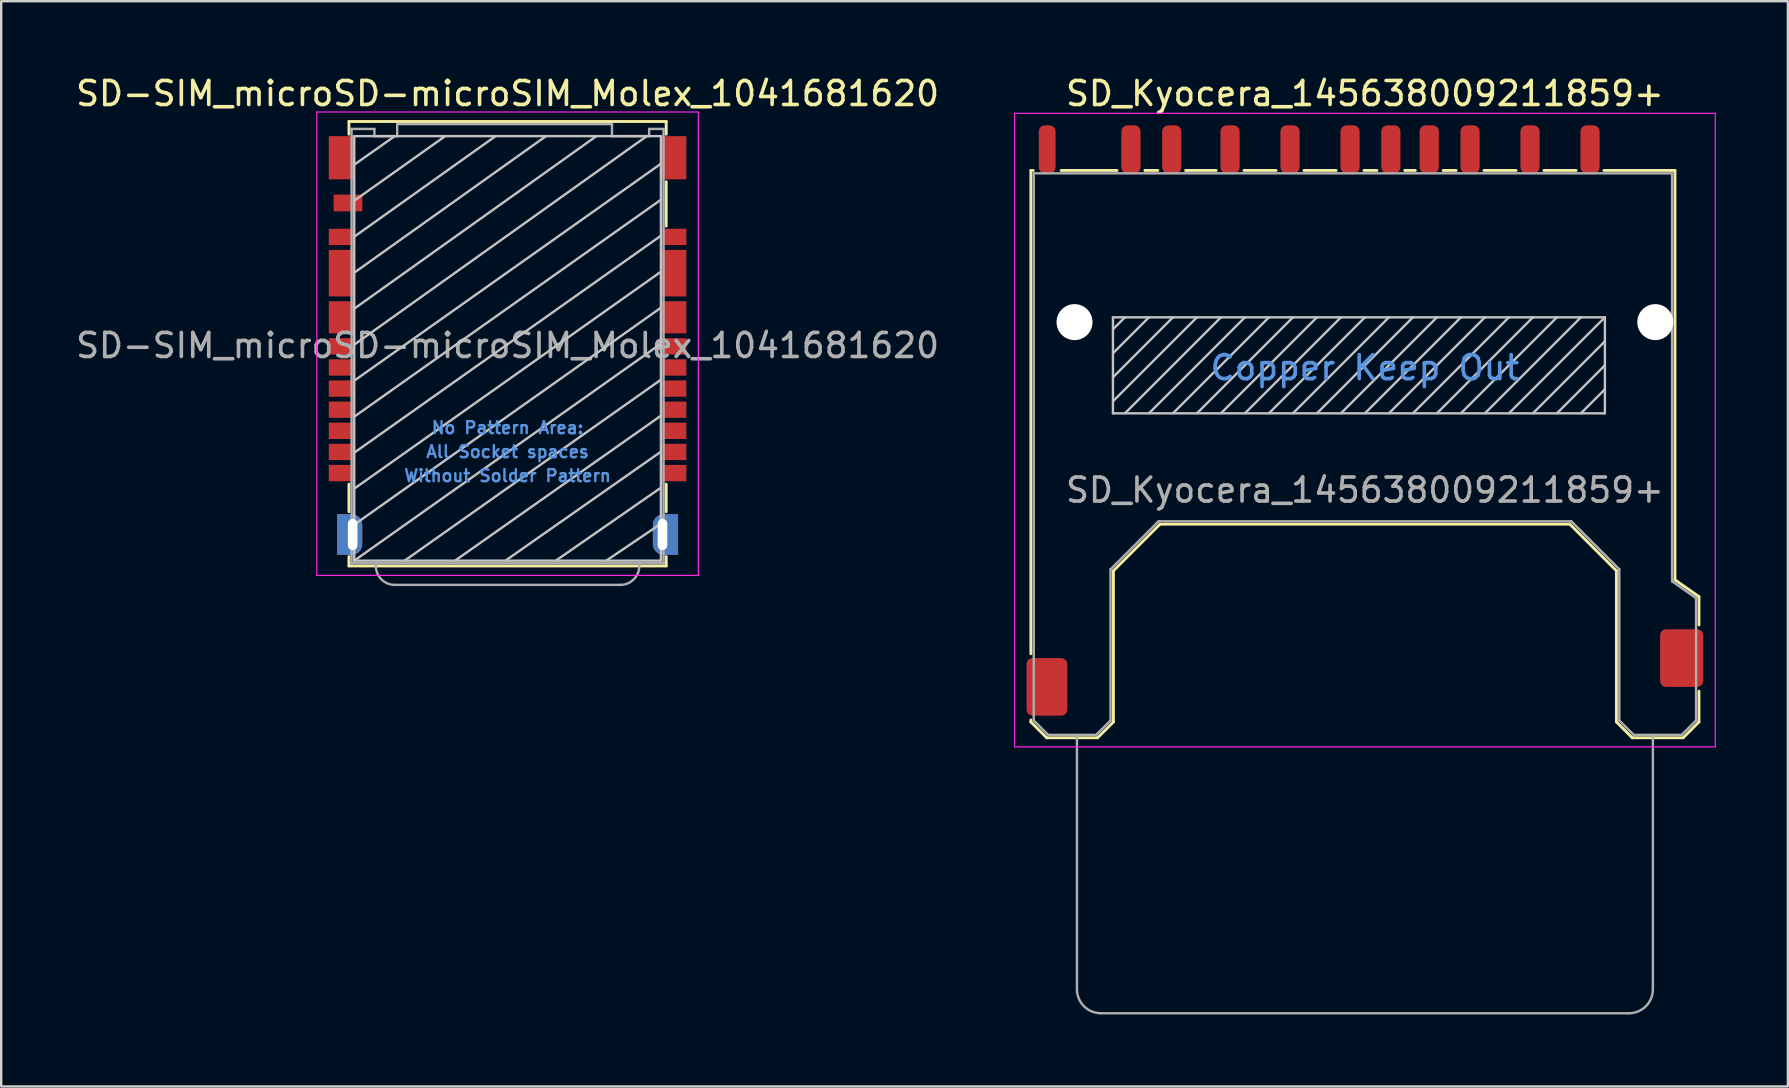
<source format=kicad_pcb>
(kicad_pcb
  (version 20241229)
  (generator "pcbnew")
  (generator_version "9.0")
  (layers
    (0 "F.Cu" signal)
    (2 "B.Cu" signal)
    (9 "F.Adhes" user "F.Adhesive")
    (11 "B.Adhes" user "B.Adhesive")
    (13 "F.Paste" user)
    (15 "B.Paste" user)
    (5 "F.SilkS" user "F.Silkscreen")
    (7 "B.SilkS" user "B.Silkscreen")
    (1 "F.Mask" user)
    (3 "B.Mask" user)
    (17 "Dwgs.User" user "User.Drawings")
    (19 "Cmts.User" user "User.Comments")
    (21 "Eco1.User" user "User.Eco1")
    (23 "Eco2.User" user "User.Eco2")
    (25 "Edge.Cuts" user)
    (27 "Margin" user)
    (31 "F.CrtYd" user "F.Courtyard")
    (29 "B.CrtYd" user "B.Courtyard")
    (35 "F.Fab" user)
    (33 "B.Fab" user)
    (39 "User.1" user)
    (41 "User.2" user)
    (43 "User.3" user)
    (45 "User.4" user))
  (footprint "SD-SIM_microSD-microSIM_Molex_1041681620"
    (layer "F.Cu")
    (at 18.101 11.348)
    (property "Reference" "SD-SIM_microSD-microSIM_Molex_1041681620" (at 0 -10.5 0) (layer "F.SilkS") (effects (font (size 1 1) (thickness 0.15))))
    (attr smd)
    (fp_line (start -6.61 -9.335) (end 6.61 -9.335) (stroke (width 0.12) (type solid)) (layer "F.SilkS"))
    (fp_line (start -6.61 -8.805) (end -6.61 -9.335) (stroke (width 0.12) (type solid)) (layer "F.SilkS"))
    (fp_line (start -6.61 5.775) (end -6.61 6.925) (stroke (width 0.12) (type solid)) (layer "F.SilkS"))
    (fp_line (start -6.61 8.795) (end -6.61 9.185) (stroke (width 0.12) (type solid)) (layer "F.SilkS"))
    (fp_line (start -6.61 9.185) (end 6.61 9.185) (stroke (width 0.12) (type solid)) (layer "F.SilkS"))
    (fp_line (start 6.61 -8.805) (end 6.61 -9.335) (stroke (width 0.12) (type solid)) (layer "F.SilkS"))
    (fp_line (start 6.61 -6.825) (end 6.61 -4.975) (stroke (width 0.12) (type solid)) (layer "F.SilkS"))
    (fp_line (start 6.61 5.775) (end 6.61 6.925) (stroke (width 0.12) (type solid)) (layer "F.SilkS"))
    (fp_line (start 6.61 8.795) (end 6.61 9.185) (stroke (width 0.12) (type solid)) (layer "F.SilkS"))
    (fp_line (start -6.39 -8.725) (end -6.39 8.965) (stroke (width 0.1) (type solid)) (layer "Dwgs.User"))
    (fp_line (start -6.39 -8.725) (end 6.39 -8.725) (stroke (width 0.1) (type solid)) (layer "Dwgs.User"))
    (fp_line (start -6.39 -7.535) (end -4.7 -8.725) (stroke (width 0.1) (type solid)) (layer "Dwgs.User"))
    (fp_line (start -6.39 -6.035) (end -2.6 -8.725) (stroke (width 0.1) (type solid)) (layer "Dwgs.User"))
    (fp_line (start -6.39 -4.535) (end -0.5 -8.725) (stroke (width 0.1) (type solid)) (layer "Dwgs.User"))
    (fp_line (start -6.39 -3.035) (end 1.6 -8.725) (stroke (width 0.1) (type solid)) (layer "Dwgs.User"))
    (fp_line (start -6.39 -1.535) (end 3.7 -8.725) (stroke (width 0.1) (type solid)) (layer "Dwgs.User"))
    (fp_line (start -6.39 -0.035) (end 5.8 -8.725) (stroke (width 0.1) (type solid)) (layer "Dwgs.User"))
    (fp_line (start -6.39 1.465) (end 6.39 -7.575) (stroke (width 0.1) (type solid)) (layer "Dwgs.User"))
    (fp_line (start -6.39 2.965) (end 6.39 -6.075) (stroke (width 0.1) (type solid)) (layer "Dwgs.User"))
    (fp_line (start -6.39 4.465) (end 6.39 -4.575) (stroke (width 0.1) (type solid)) (layer "Dwgs.User"))
    (fp_line (start -6.39 5.965) (end 6.39 -3.075) (stroke (width 0.1) (type solid)) (layer "Dwgs.User"))
    (fp_line (start -6.39 7.465) (end 6.39 -1.575) (stroke (width 0.1) (type solid)) (layer "Dwgs.User"))
    (fp_line (start -6.39 8.965) (end 6.39 -0.075) (stroke (width 0.1) (type solid)) (layer "Dwgs.User"))
    (fp_line (start -6.39 8.965) (end 6.39 8.965) (stroke (width 0.1) (type solid)) (layer "Dwgs.User"))
    (fp_line (start -4.29 8.965) (end 6.39 1.425) (stroke (width 0.1) (type solid)) (layer "Dwgs.User"))
    (fp_line (start -2.19 8.965) (end 6.39 2.925) (stroke (width 0.1) (type solid)) (layer "Dwgs.User"))
    (fp_line (start -0.09 8.965) (end 6.39 4.425) (stroke (width 0.1) (type solid)) (layer "Dwgs.User"))
    (fp_line (start 2.01 8.965) (end 6.39 5.925) (stroke (width 0.1) (type solid)) (layer "Dwgs.User"))
    (fp_line (start 4.11 8.965) (end 6.39 7.425) (stroke (width 0.1) (type solid)) (layer "Dwgs.User"))
    (fp_line (start 6.39 -8.725) (end 6.39 8.965) (stroke (width 0.1) (type solid)) (layer "Dwgs.User"))
    (fp_line (start -7.95 -9.73) (end -7.95 9.58) (stroke (width 0.05) (type solid)) (layer "F.CrtYd"))
    (fp_line (start -7.95 -9.73) (end 7.95 -9.73) (stroke (width 0.05) (type solid)) (layer "F.CrtYd"))
    (fp_line (start -7.95 9.58) (end 7.95 9.58) (stroke (width 0.05) (type solid)) (layer "F.CrtYd"))
    (fp_line (start 7.95 -9.73) (end 7.95 9.58) (stroke (width 0.05) (type solid)) (layer "F.CrtYd"))
    (fp_line (start -6.5 -9.025) (end -6.5 9.075) (stroke (width 0.1) (type solid)) (layer "F.Fab"))
    (fp_line (start -6.5 -9.025) (end -5.55 -9.025) (stroke (width 0.1) (type solid)) (layer "F.Fab"))
    (fp_line (start -6.5 9.075) (end 6.5 9.075) (stroke (width 0.1) (type solid)) (layer "F.Fab"))
    (fp_line (start -5.55 -9.025) (end -5.55 -8.725) (stroke (width 0.1) (type solid)) (layer "F.Fab"))
    (fp_line (start -5.55 -8.725) (end -4.6 -8.725) (stroke (width 0.1) (type solid)) (layer "F.Fab"))
    (fp_line (start -5.49 9.075) (end -5.49 9.185) (stroke (width 0.1) (type solid)) (layer "F.Fab"))
    (fp_line (start -4.7 9.975) (end 4.7 9.975) (stroke (width 0.1) (type solid)) (layer "F.Fab"))
    (fp_line (start -4.6 -9.225) (end -4.6 -8.725) (stroke (width 0.1) (type solid)) (layer "F.Fab"))
    (fp_line (start -4.6 -9.225) (end 4.35 -9.225) (stroke (width 0.1) (type solid)) (layer "F.Fab"))
    (fp_line (start 4.35 -9.225) (end 4.35 -8.725) (stroke (width 0.1) (type solid)) (layer "F.Fab"))
    (fp_line (start 4.35 -8.725) (end 5.9 -8.725) (stroke (width 0.1) (type solid)) (layer "F.Fab"))
    (fp_line (start 5.49 9.075) (end 5.49 9.185) (stroke (width 0.1) (type solid)) (layer "F.Fab"))
    (fp_line (start 5.9 -9.025) (end 5.9 -8.725) (stroke (width 0.1) (type solid)) (layer "F.Fab"))
    (fp_line (start 5.9 -9.025) (end 6.5 -9.025) (stroke (width 0.1) (type solid)) (layer "F.Fab"))
    (fp_line (start 6.5 -9.025) (end 6.5 9.075) (stroke (width 0.1) (type solid)) (layer "F.Fab"))
    (fp_arc (start -4.7 9.975) (mid -5.258614 9.743614) (end -5.49 9.185) (stroke (width 0.1) (type solid)) (layer "F.Fab"))
    (fp_arc (start 5.49 9.185) (mid 5.258614 9.743614) (end 4.7 9.975) (stroke (width 0.1) (type solid)) (layer "F.Fab"))
    (fp_text user "Without Solder Pattern" (at 0 5.425 0) (layer "Cmts.User") (effects (font (size 0.5 0.5) (thickness 0.1))))
    (fp_text user "No Pattern Area:" (at 0 3.425 0) (layer "Cmts.User") (effects (font (size 0.5 0.5) (thickness 0.1))))
    (fp_text user "All Socket spaces" (at 0 4.425 0) (layer "Cmts.User") (effects (font (size 0.5 0.5) (thickness 0.1))))
    (fp_text user "${REFERENCE}" (at 0 0 0) (layer "F.Fab") (effects (font (size 1 1) (thickness 0.15))))
    (pad "S1" smd rect (at 6.95 5.315) (size 1 0.68) (layers "F.Cu" "F.Mask" "F.Paste"))
    (pad "S2" smd rect (at 6.95 4.435) (size 1 0.68) (layers "F.Cu" "F.Mask" "F.Paste"))
    (pad "S3" smd rect (at -6.95 4.435) (size 1 0.68) (layers "F.Cu" "F.Mask" "F.Paste"))
    (pad "S4" smd rect (at -6.95 5.315) (size 1 0.68) (layers "F.Cu" "F.Mask" "F.Paste"))
    (pad "S5" smd rect (at 6.95 1.795) (size 1 0.68) (layers "F.Cu" "F.Mask" "F.Paste"))
    (pad "S6" smd rect (at 6.95 3.555) (size 1 0.68) (layers "F.Cu" "F.Mask" "F.Paste"))
    (pad "S7" smd rect (at -6.95 3.555) (size 1 0.68) (layers "F.Cu" "F.Mask" "F.Paste"))
    (pad "S8" smd rect (at -6.95 1.795) (size 1 0.68) (layers "F.Cu" "F.Mask" "F.Paste"))
    (pad "SH" smd rect (at -6.925 -7.825) (size 1.05 1.8) (layers "F.Cu" "F.Mask" "F.Paste"))
    (pad "SH" smd rect (at -6.925 -3.015) (size 1.05 1.94) (layers "F.Cu" "F.Mask" "F.Paste"))
    (pad "SH" smd rect (at -6.925 -1.175) (size 1.05 1.34) (layers "F.Cu" "F.Mask" "F.Paste"))
    (pad "SH" thru_hole custom (at -6.455 7.875) (size 0.5 1.4) (drill oval 0.4 1.3) (layers "*.Cu" "*.Mask") (options (anchor rect)) (primitives (gr_poly (pts (xy 0.4 -0.4) (xy 0 -0.4) (xy 0 -0.85) (xy -0.65 -0.85) (xy -0.65 0.85) (xy 0 0.85) (xy 0 0.4) (xy 0.4 0.4)) (width 0) (fill yes)) (gr_circle (center -0.05 0.4) (end 0.4 0.4) (width 0) (fill yes)) (gr_circle (center -0.05 -0.4) (end 0.4 -0.4) (width 0) (fill yes))))
    (pad "SH" thru_hole custom (at 6.455 7.875) (size 0.5 1.4) (drill oval 0.4 1.3) (layers "*.Cu" "*.Mask") (options (anchor rect)) (primitives (gr_poly (pts (xy -0.4 -0.4) (xy 0 -0.4) (xy 0 -0.85) (xy 0.65 -0.85) (xy 0.65 0.85) (xy 0 0.85) (xy 0 0.4) (xy -0.4 0.4)) (width 0) (fill yes)) (gr_circle (center 0.05 0.4) (end 0.5 0.4) (width 0) (fill yes)) (gr_circle (center 0.05 -0.4) (end 0.5 -0.4) (width 0) (fill yes))))
    (pad "SH" smd rect (at 6.925 -7.825) (size 1.05 1.8) (layers "F.Cu" "F.Mask" "F.Paste"))
    (pad "SH" smd rect (at 6.925 -3.015) (size 1.05 1.94) (layers "F.Cu" "F.Mask" "F.Paste"))
    (pad "SH" smd rect (at 6.925 -1.175) (size 1.05 1.34) (layers "F.Cu" "F.Mask" "F.Paste"))
    (pad "SW" smd rect (at -6.65 -5.94) (size 1.2 0.7) (layers "F.Cu" "F.Mask" "F.Paste"))
    (pad "T1" smd rect (at 6.95 -4.525) (size 1 0.68) (layers "F.Cu" "F.Mask" "F.Paste"))
    (pad "T2" smd rect (at 6.95 0.035) (size 1 0.68) (layers "F.Cu" "F.Mask" "F.Paste"))
    (pad "T3" smd rect (at 6.95 0.915) (size 1 0.68) (layers "F.Cu" "F.Mask" "F.Paste"))
    (pad "T4" smd rect (at 6.95 2.675) (size 1 0.68) (layers "F.Cu" "F.Mask" "F.Paste"))
    (pad "T5" smd rect (at -6.95 2.675) (size 1 0.68) (layers "F.Cu" "F.Mask" "F.Paste"))
    (pad "T6" smd rect (at -6.95 0.915) (size 1 0.68) (layers "F.Cu" "F.Mask" "F.Paste"))
    (pad "T7" smd rect (at -6.95 0.035) (size 1 0.68) (layers "F.Cu" "F.Mask" "F.Paste"))
    (pad "T8" smd rect (at -6.95 -4.525) (size 1 0.68) (layers "F.Cu" "F.Mask" "F.Paste")))
  (footprint "SD_Kyocera_145638009211859+"
    (layer "F.Cu")
    (at 53.827 16.088)
    (property "Reference" "SD_Kyocera_145638009211859+" (at 0 -15.24 180) (layer "F.SilkS") (effects (font (size 1 1) (thickness 0.15))))
    (attr smd)
    (fp_line (start -13.92 -12.035) (end -13.92 8.105) (stroke (width 0.12) (type solid)) (layer "F.SilkS"))
    (fp_line (start -13.92 10.865) (end -13.92 10.945) (stroke (width 0.12) (type solid)) (layer "F.SilkS"))
    (fp_line (start -13.82 -12.035) (end -13.92 -12.035) (stroke (width 0.12) (type solid)) (layer "F.SilkS"))
    (fp_line (start -13.26 11.605) (end -13.92 10.945) (stroke (width 0.12) (type solid)) (layer "F.SilkS"))
    (fp_line (start -13.26 11.605) (end -11.14 11.605) (stroke (width 0.12) (type solid)) (layer "F.SilkS"))
    (fp_line (start -10.48 10.945) (end -11.14 11.605) (stroke (width 0.12) (type solid)) (layer "F.SilkS"))
    (fp_line (start -10.48 10.945) (end -10.48 4.645) (stroke (width 0.12) (type solid)) (layer "F.SilkS"))
    (fp_line (start -10.33 -12.035) (end -12.66 -12.035) (stroke (width 0.12) (type solid)) (layer "F.SilkS"))
    (fp_line (start -8.63 -12.035) (end -9.17 -12.035) (stroke (width 0.12) (type solid)) (layer "F.SilkS"))
    (fp_line (start -8.54 2.705) (end -10.48 4.645) (stroke (width 0.12) (type solid)) (layer "F.SilkS"))
    (fp_line (start -8.54 2.705) (end 8.54 2.705) (stroke (width 0.12) (type solid)) (layer "F.SilkS"))
    (fp_line (start -6.2 -12.035) (end -7.47 -12.035) (stroke (width 0.12) (type solid)) (layer "F.SilkS"))
    (fp_line (start -3.7 -12.035) (end -5.04 -12.035) (stroke (width 0.12) (type solid)) (layer "F.SilkS"))
    (fp_line (start -1.2 -12.035) (end -2.54 -12.035) (stroke (width 0.12) (type solid)) (layer "F.SilkS"))
    (fp_line (start 0.5 -12.035) (end -0.04 -12.035) (stroke (width 0.12) (type solid)) (layer "F.SilkS"))
    (fp_line (start 2.1 -12.035) (end 1.66 -12.035) (stroke (width 0.12) (type solid)) (layer "F.SilkS"))
    (fp_line (start 3.8 -12.035) (end 3.26 -12.035) (stroke (width 0.12) (type solid)) (layer "F.SilkS"))
    (fp_line (start 6.3 -12.035) (end 4.96 -12.035) (stroke (width 0.12) (type solid)) (layer "F.SilkS"))
    (fp_line (start 8.54 2.705) (end 10.48 4.645) (stroke (width 0.12) (type solid)) (layer "F.SilkS"))
    (fp_line (start 8.8 -12.035) (end 7.46 -12.035) (stroke (width 0.12) (type solid)) (layer "F.SilkS"))
    (fp_line (start 10.48 10.945) (end 10.48 4.645) (stroke (width 0.12) (type solid)) (layer "F.SilkS"))
    (fp_line (start 10.48 10.945) (end 11.14 11.605) (stroke (width 0.12) (type solid)) (layer "F.SilkS"))
    (fp_line (start 12.92 -12.035) (end 9.96 -12.035) (stroke (width 0.12) (type solid)) (layer "F.SilkS"))
    (fp_line (start 12.92 5.025) (end 12.92 -12.035) (stroke (width 0.12) (type solid)) (layer "F.SilkS"))
    (fp_line (start 13.26 11.605) (end 11.14 11.605) (stroke (width 0.12) (type solid)) (layer "F.SilkS"))
    (fp_line (start 13.26 11.605) (end 13.92 10.945) (stroke (width 0.12) (type solid)) (layer "F.SilkS"))
    (fp_line (start 13.92 5.725) (end 12.92 5.025) (stroke (width 0.12) (type solid)) (layer "F.SilkS"))
    (fp_line (start 13.92 5.725) (end 13.92 6.905) (stroke (width 0.12) (type solid)) (layer "F.SilkS"))
    (fp_line (start 13.92 9.665) (end 13.92 10.945) (stroke (width 0.12) (type solid)) (layer "F.SilkS"))
    (fp_line (start -10.5 -5.915) (end 10 -5.915) (stroke (width 0.1) (type solid)) (layer "Dwgs.User"))
    (fp_line (start -10.5 -1.915) (end -10.5 -5.915) (stroke (width 0.1) (type solid)) (layer "Dwgs.User"))
    (fp_line (start -10 -5.915) (end -10.5 -5.415) (stroke (width 0.1) (type solid)) (layer "Dwgs.User"))
    (fp_line (start -9 -5.915) (end -10.5 -4.415) (stroke (width 0.1) (type solid)) (layer "Dwgs.User"))
    (fp_line (start -8 -5.915) (end -10.5 -3.415) (stroke (width 0.1) (type solid)) (layer "Dwgs.User"))
    (fp_line (start -7 -5.915) (end -10.5 -2.415) (stroke (width 0.1) (type solid)) (layer "Dwgs.User"))
    (fp_line (start -6 -5.915) (end -10 -1.915) (stroke (width 0.1) (type solid)) (layer "Dwgs.User"))
    (fp_line (start -5 -5.915) (end -9 -1.915) (stroke (width 0.1) (type solid)) (layer "Dwgs.User"))
    (fp_line (start -4 -5.915) (end -8 -1.915) (stroke (width 0.1) (type solid)) (layer "Dwgs.User"))
    (fp_line (start -3 -5.915) (end -7 -1.915) (stroke (width 0.1) (type solid)) (layer "Dwgs.User"))
    (fp_line (start -2 -5.915) (end -6 -1.915) (stroke (width 0.1) (type solid)) (layer "Dwgs.User"))
    (fp_line (start -1 -5.915) (end -5 -1.915) (stroke (width 0.1) (type solid)) (layer "Dwgs.User"))
    (fp_line (start 0 -5.915) (end -4 -1.915) (stroke (width 0.1) (type solid)) (layer "Dwgs.User"))
    (fp_line (start 1 -5.915) (end -3 -1.915) (stroke (width 0.1) (type solid)) (layer "Dwgs.User"))
    (fp_line (start 2 -5.915) (end -2 -1.915) (stroke (width 0.1) (type solid)) (layer "Dwgs.User"))
    (fp_line (start 3 -5.915) (end -1 -1.915) (stroke (width 0.1) (type solid)) (layer "Dwgs.User"))
    (fp_line (start 4 -5.915) (end 0 -1.915) (stroke (width 0.1) (type solid)) (layer "Dwgs.User"))
    (fp_line (start 5 -5.915) (end 1 -1.915) (stroke (width 0.1) (type solid)) (layer "Dwgs.User"))
    (fp_line (start 6 -5.915) (end 2 -1.915) (stroke (width 0.1) (type solid)) (layer "Dwgs.User"))
    (fp_line (start 7 -5.915) (end 3 -1.915) (stroke (width 0.1) (type solid)) (layer "Dwgs.User"))
    (fp_line (start 8 -5.915) (end 4 -1.915) (stroke (width 0.1) (type solid)) (layer "Dwgs.User"))
    (fp_line (start 9 -5.915) (end 5 -1.915) (stroke (width 0.1) (type solid)) (layer "Dwgs.User"))
    (fp_line (start 10 -5.915) (end 6 -1.915) (stroke (width 0.1) (type solid)) (layer "Dwgs.User"))
    (fp_line (start 10 -5.915) (end 10 -1.915) (stroke (width 0.1) (type solid)) (layer "Dwgs.User"))
    (fp_line (start 10 -4.915) (end 7 -1.915) (stroke (width 0.1) (type solid)) (layer "Dwgs.User"))
    (fp_line (start 10 -3.915) (end 8 -1.915) (stroke (width 0.1) (type solid)) (layer "Dwgs.User"))
    (fp_line (start 10 -2.915) (end 9 -1.915) (stroke (width 0.1) (type solid)) (layer "Dwgs.User"))
    (fp_line (start 10 -1.915) (end -10.5 -1.915) (stroke (width 0.1) (type solid)) (layer "Dwgs.User"))
    (fp_line (start -14.6 -14.415) (end 14.6 -14.415) (stroke (width 0.05) (type solid)) (layer "F.CrtYd"))
    (fp_line (start -14.6 11.985) (end -14.6 -14.415) (stroke (width 0.05) (type solid)) (layer "F.CrtYd"))
    (fp_line (start 14.6 -14.415) (end 14.6 11.985) (stroke (width 0.05) (type solid)) (layer "F.CrtYd"))
    (fp_line (start 14.6 11.985) (end -14.6 11.985) (stroke (width 0.05) (type solid)) (layer "F.CrtYd"))
    (fp_line (start -13.8 -11.915) (end -13.8 10.885) (stroke (width 0.1) (type solid)) (layer "F.Fab"))
    (fp_line (start -13.2 11.485) (end -13.8 10.885) (stroke (width 0.1) (type solid)) (layer "F.Fab"))
    (fp_line (start -13.2 11.485) (end -11.2 11.485) (stroke (width 0.1) (type solid)) (layer "F.Fab"))
    (fp_line (start -12 11.485) (end -12 22.085) (stroke (width 0.1) (type solid)) (layer "F.Fab"))
    (fp_line (start -11 23.085) (end 11 23.085) (stroke (width 0.1) (type solid)) (layer "F.Fab"))
    (fp_line (start -10.6 10.885) (end -11.2 11.485) (stroke (width 0.1) (type solid)) (layer "F.Fab"))
    (fp_line (start -10.6 10.885) (end -10.6 4.585) (stroke (width 0.1) (type solid)) (layer "F.Fab"))
    (fp_line (start -8.6 2.585) (end -10.6 4.585) (stroke (width 0.1) (type solid)) (layer "F.Fab"))
    (fp_line (start -8.6 2.585) (end 8.6 2.585) (stroke (width 0.1) (type solid)) (layer "F.Fab"))
    (fp_line (start 10.6 4.585) (end 8.6 2.585) (stroke (width 0.1) (type solid)) (layer "F.Fab"))
    (fp_line (start 10.6 4.585) (end 10.6 10.885) (stroke (width 0.1) (type solid)) (layer "F.Fab"))
    (fp_line (start 11.2 11.485) (end 10.6 10.885) (stroke (width 0.1) (type solid)) (layer "F.Fab"))
    (fp_line (start 11.2 11.485) (end 13.2 11.485) (stroke (width 0.1) (type solid)) (layer "F.Fab"))
    (fp_line (start 12 22.085) (end 12 11.485) (stroke (width 0.1) (type solid)) (layer "F.Fab"))
    (fp_line (start 12.8 -11.915) (end -13.8 -11.915) (stroke (width 0.1) (type solid)) (layer "F.Fab"))
    (fp_line (start 12.8 5.085) (end 12.8 -11.915) (stroke (width 0.1) (type solid)) (layer "F.Fab"))
    (fp_line (start 13.8 5.785) (end 12.8 5.085) (stroke (width 0.1) (type solid)) (layer "F.Fab"))
    (fp_line (start 13.8 10.885) (end 13.2 11.485) (stroke (width 0.1) (type solid)) (layer "F.Fab"))
    (fp_line (start 13.8 10.885) (end 13.8 5.785) (stroke (width 0.1) (type solid)) (layer "F.Fab"))
    (fp_arc (start -11 23.085) (mid -11.707107 22.792107) (end -12 22.085) (stroke (width 0.1) (type solid)) (layer "F.Fab"))
    (fp_arc (start 12 22.085) (mid 11.707107 22.792107) (end 11 23.085) (stroke (width 0.1) (type solid)) (layer "F.Fab"))
    (fp_text user "Copper Keep Out" (at 0 -3.815 180) (layer "Cmts.User") (effects (font (size 1 1) (thickness 0.15))))
    (fp_text user "${REFERENCE}" (at 0 1.285 180) (layer "F.Fab") (effects (font (size 1 1) (thickness 0.15))))
    (pad "" np_thru_hole circle (at -12.1 -5.715 180) (size 1.5 1.5) (drill 1.5) (layers "*.Cu" "*.Mask"))
    (pad "" np_thru_hole circle (at 12.1 -5.715 180) (size 1.5 1.5) (drill 1.5) (layers "*.Cu" "*.Mask"))
    (pad "1" smd roundrect (at 6.88 -12.915 180) (size 0.8 2) (layers "F.Cu" "F.Mask" "F.Paste") (roundrect_rratio 0.313))
    (pad "2" smd roundrect (at 4.38 -12.915 180) (size 0.8 2) (layers "F.Cu" "F.Mask" "F.Paste") (roundrect_rratio 0.313))
    (pad "3" smd roundrect (at 1.08 -12.915 180) (size 0.8 2) (layers "F.Cu" "F.Mask" "F.Paste") (roundrect_rratio 0.313))
    (pad "4" smd roundrect (at -0.62 -12.915 180) (size 0.8 2) (layers "F.Cu" "F.Mask" "F.Paste") (roundrect_rratio 0.313))
    (pad "5" smd roundrect (at -3.12 -12.915 180) (size 0.8 2) (layers "F.Cu" "F.Mask" "F.Paste") (roundrect_rratio 0.313))
    (pad "6" smd roundrect (at -5.62 -12.915 180) (size 0.8 2) (layers "F.Cu" "F.Mask" "F.Paste") (roundrect_rratio 0.313))
    (pad "7" smd roundrect (at -8.05 -12.915 180) (size 0.8 2) (layers "F.Cu" "F.Mask" "F.Paste") (roundrect_rratio 0.313))
    (pad "8" smd roundrect (at -9.75 -12.915 180) (size 0.8 2) (layers "F.Cu" "F.Mask" "F.Paste") (roundrect_rratio 0.313))
    (pad "9" smd roundrect (at 9.38 -12.915 180) (size 0.8 2) (layers "F.Cu" "F.Mask" "F.Paste") (roundrect_rratio 0.313))
    (pad "10" smd roundrect (at 2.68 -12.915 180) (size 0.8 2) (layers "F.Cu" "F.Mask" "F.Paste") (roundrect_rratio 0.313))
    (pad "11" smd roundrect (at -13.24 -12.915 180) (size 0.7 2) (layers "F.Cu" "F.Mask" "F.Paste") (roundrect_rratio 0.357))
    (pad "12" smd roundrect (at 13.2 8.285 180) (size 1.8 2.4) (layers "F.Cu" "F.Mask" "F.Paste") (roundrect_rratio 0.139))
    (pad "13" smd roundrect (at -13.25 9.485 180) (size 1.7 2.4) (layers "F.Cu" "F.Mask" "F.Paste") (roundrect_rratio 0.147)))
  (gr_rect
    (start -3 -3)
    (end 71.452 42.223)
    (stroke (width 0.1) (type default))
    (fill no)
    (layer "Edge.Cuts")))
</source>
